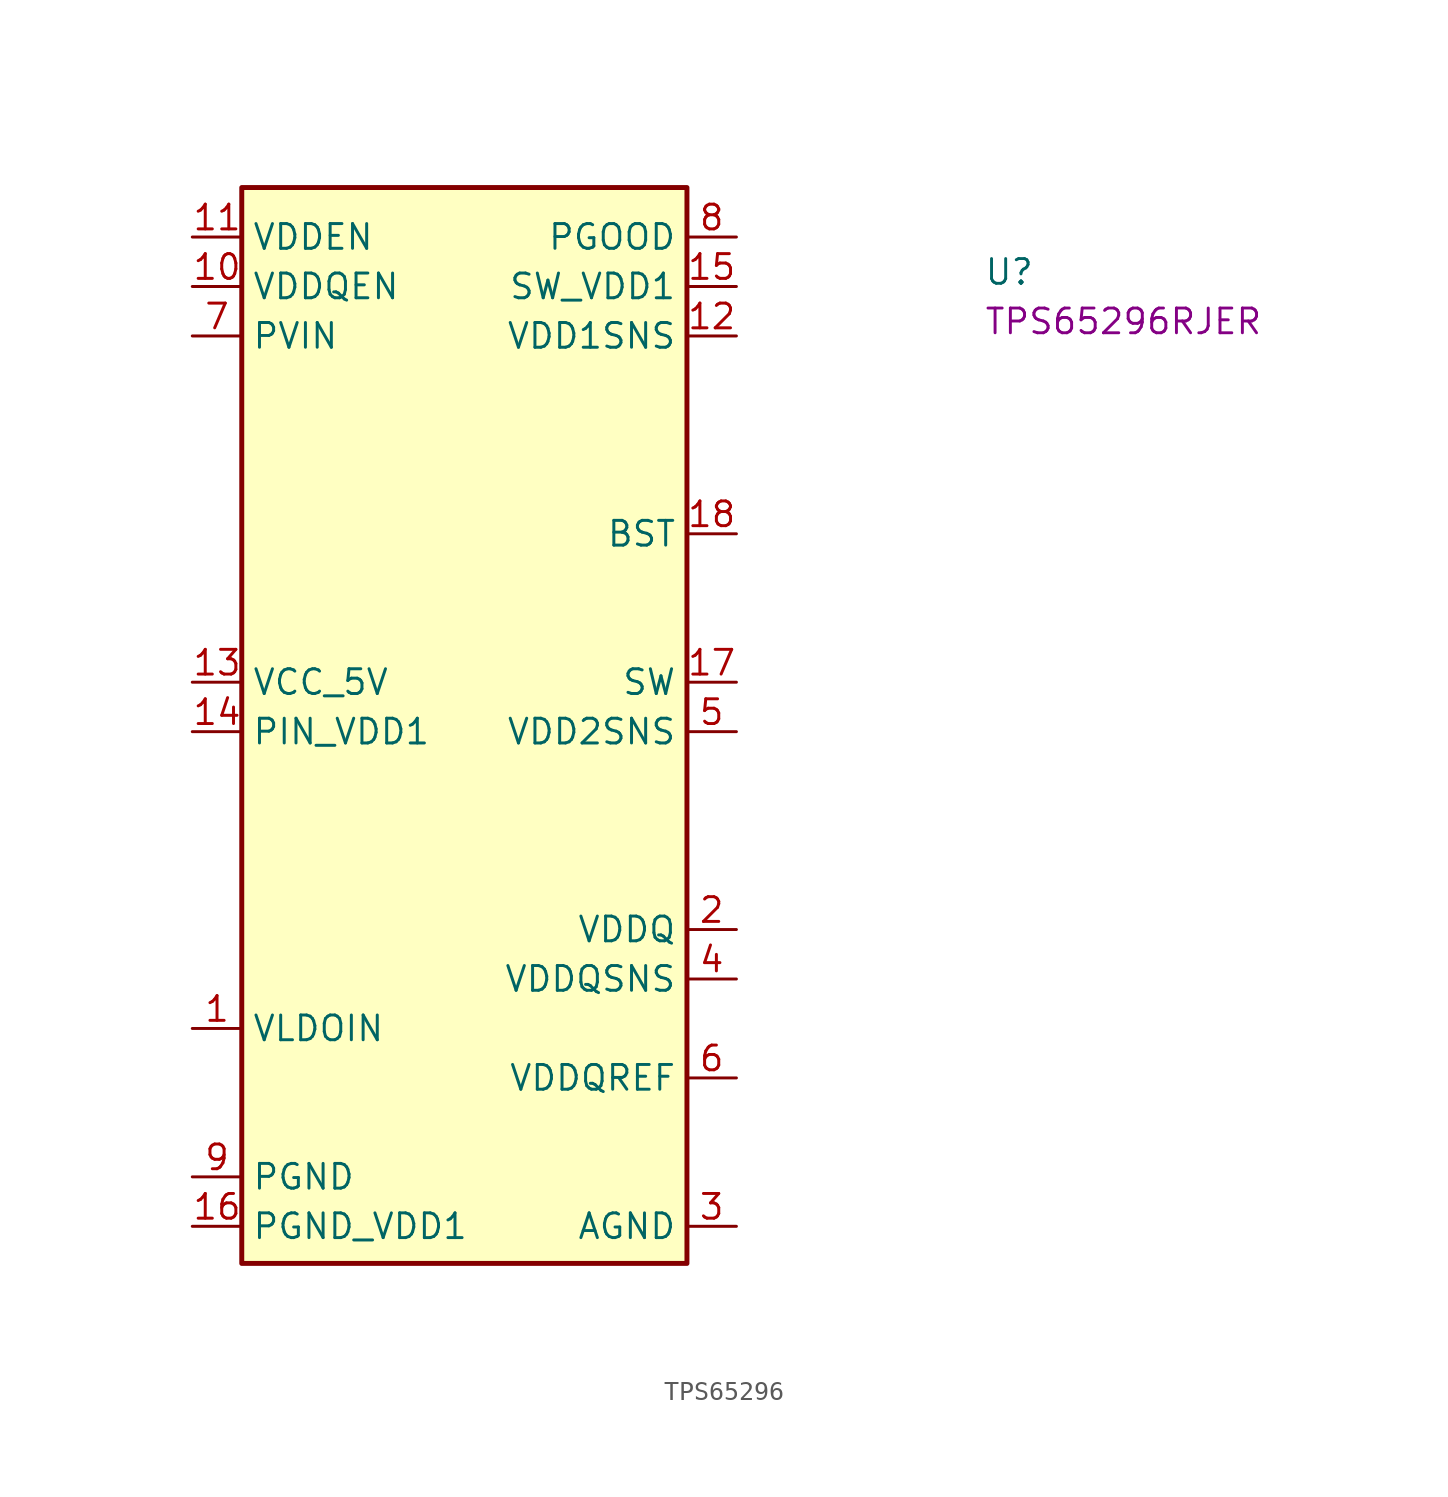
<source format=kicad_sym>
(kicad_symbol_lib
  (version 20220914)
  (generator kicad_symbol_editor)
  (symbol "TPS65296"
    (property "Reference" "U"
      (at 40.64 -2.54 0)
      (effects (font (size 1.27 1.27) (thickness 0.15)) (justify left bottom)))
    (property "MPN" "TPS65296RJER"
      (at 40.64 -5.08 0)
      (effects (font (size 1.27 1.27) (thickness 0.15)) (justify left bottom)))
    (symbol "TPS65296_1_1"
      (rectangle (start 2.54 2.54) (end 25.4 -52.705) (stroke (width 0.254) (type default)) (fill (type background)))
      (pin input line (at 0 -40.64 0) (length 2.54) (name "VLDOIN" (effects (font (size 1.27 1.27)))) (number "1" (effects (font (size 1.27 1.27)))))
      (pin input line (at 0 -2.54 0) (length 2.54) (name "VDDQEN" (effects (font (size 1.27 1.27)))) (number "10" (effects (font (size 1.27 1.27)))))
      (pin input line (at 0 0 0) (length 2.54) (name "VDDEN" (effects (font (size 1.27 1.27)))) (number "11" (effects (font (size 1.27 1.27)))))
      (pin input line (at 27.94 -5.08 180) (length 2.54) (name "VDD1SNS" (effects (font (size 1.27 1.27)))) (number "12" (effects (font (size 1.27 1.27)))))
      (pin input line (at 0 -22.86 0) (length 2.54) (name "VCC_5V" (effects (font (size 1.27 1.27)))) (number "13" (effects (font (size 1.27 1.27)))))
      (pin input line (at 0 -25.4 0) (length 2.54) (name "PIN_VDD1" (effects (font (size 1.27 1.27)))) (number "14" (effects (font (size 1.27 1.27)))))
      (pin input line (at 27.94 -2.54 180) (length 2.54) (name "SW_VDD1" (effects (font (size 1.27 1.27)))) (number "15" (effects (font (size 1.27 1.27)))))
      (pin input line (at 0 -50.8 0) (length 2.54) (name "PGND_VDD1" (effects (font (size 1.27 1.27)))) (number "16" (effects (font (size 1.27 1.27)))))
      (pin input line (at 27.94 -22.86 180) (length 2.54) (name "SW" (effects (font (size 1.27 1.27)))) (number "17" (effects (font (size 1.27 1.27)))))
      (pin input line (at 27.94 -15.24 180) (length 2.54) (name "BST" (effects (font (size 1.27 1.27)))) (number "18" (effects (font (size 1.27 1.27)))))
      (pin input line (at 27.94 -35.56 180) (length 2.54) (name "VDDQ" (effects (font (size 1.27 1.27)))) (number "2" (effects (font (size 1.27 1.27)))))
      (pin input line (at 27.94 -50.8 180) (length 2.54) (name "AGND" (effects (font (size 1.27 1.27)))) (number "3" (effects (font (size 1.27 1.27)))))
      (pin input line (at 27.94 -38.1 180) (length 2.54) (name "VDDQSNS" (effects (font (size 1.27 1.27)))) (number "4" (effects (font (size 1.27 1.27)))))
      (pin input line (at 27.94 -25.4 180) (length 2.54) (name "VDD2SNS" (effects (font (size 1.27 1.27)))) (number "5" (effects (font (size 1.27 1.27)))))
      (pin input line (at 27.94 -43.18 180) (length 2.54) (name "VDDQREF" (effects (font (size 1.27 1.27)))) (number "6" (effects (font (size 1.27 1.27)))))
      (pin input line (at 0 -5.08 0) (length 2.54) (name "PVIN" (effects (font (size 1.27 1.27)))) (number "7" (effects (font (size 1.27 1.27)))))
      (pin input line (at 27.94 0 180) (length 2.54) (name "PGOOD" (effects (font (size 1.27 1.27)))) (number "8" (effects (font (size 1.27 1.27)))))
      (pin input line (at 0 -48.26 0) (length 2.54) (name "PGND" (effects (font (size 1.27 1.27)))) (number "9" (effects (font (size 1.27 1.27))))))))
</source>
